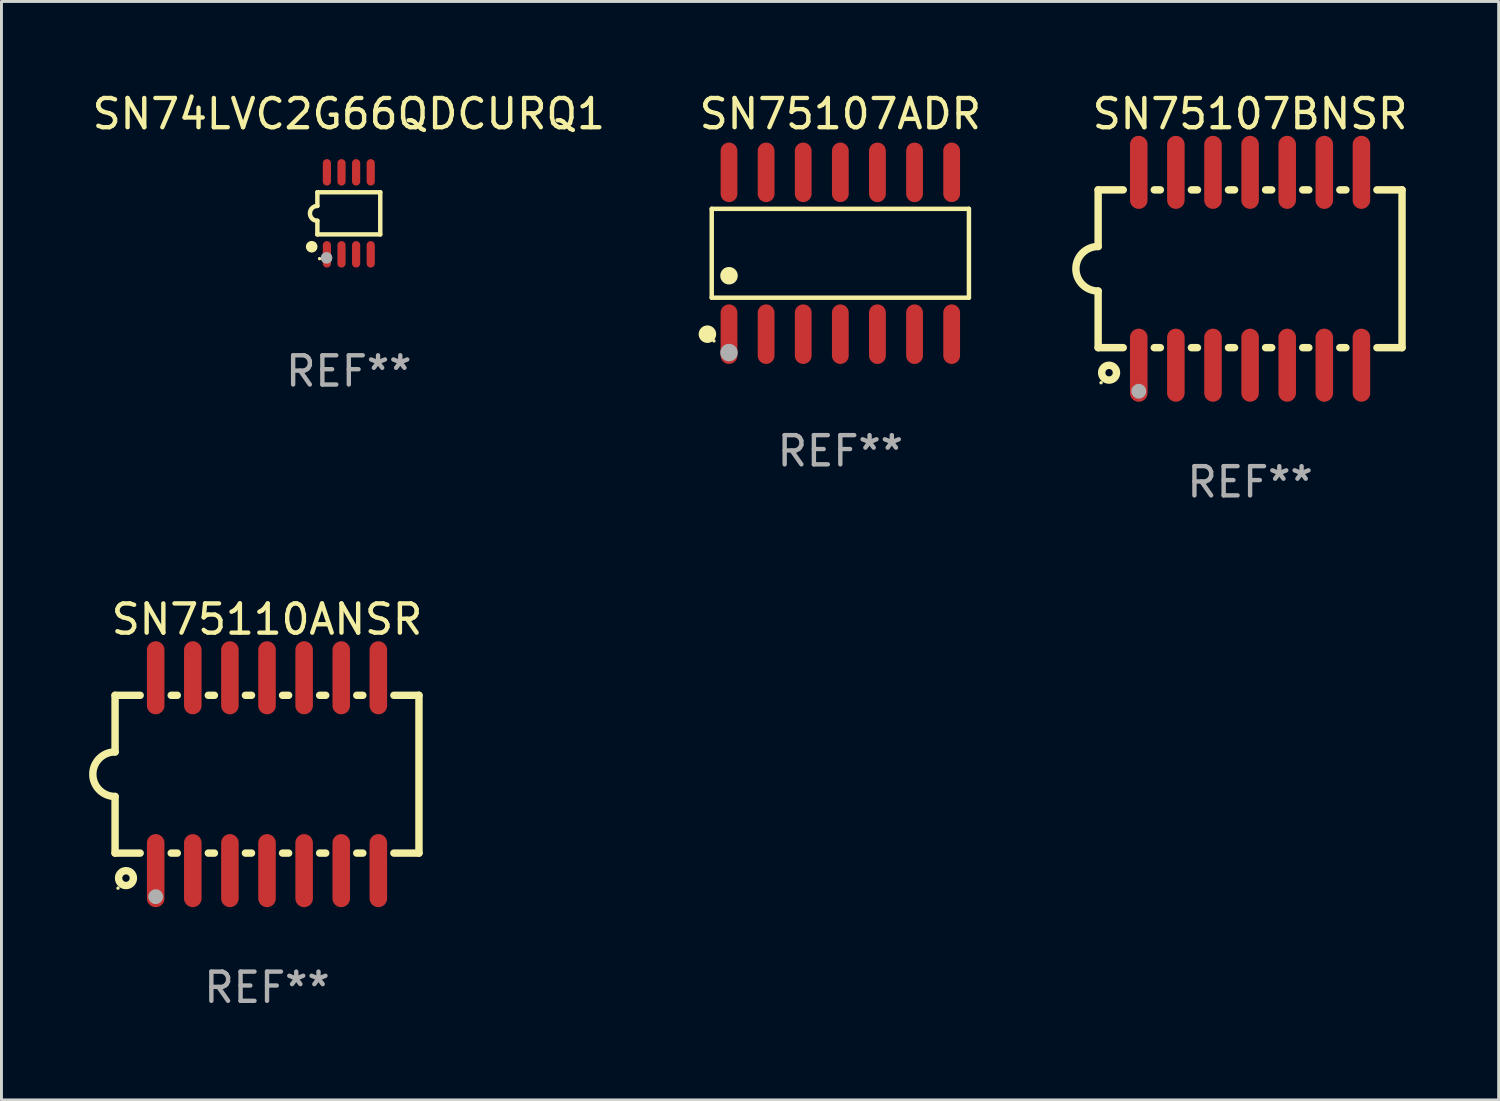
<source format=kicad_pcb>
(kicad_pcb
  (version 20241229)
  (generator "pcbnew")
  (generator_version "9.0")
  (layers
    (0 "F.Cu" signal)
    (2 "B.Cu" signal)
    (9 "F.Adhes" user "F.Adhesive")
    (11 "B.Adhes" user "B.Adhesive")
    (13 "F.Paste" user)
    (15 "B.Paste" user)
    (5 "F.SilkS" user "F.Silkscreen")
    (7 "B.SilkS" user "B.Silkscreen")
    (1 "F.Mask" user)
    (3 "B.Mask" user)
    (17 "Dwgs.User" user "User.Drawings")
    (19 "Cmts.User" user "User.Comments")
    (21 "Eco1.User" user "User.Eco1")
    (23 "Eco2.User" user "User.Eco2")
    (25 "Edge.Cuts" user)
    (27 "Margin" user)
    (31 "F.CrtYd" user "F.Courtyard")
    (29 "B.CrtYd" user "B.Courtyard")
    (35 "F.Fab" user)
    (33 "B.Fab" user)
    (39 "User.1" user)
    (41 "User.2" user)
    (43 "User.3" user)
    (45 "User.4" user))
  (footprint "SN75110ANSR"
    (layer "F.Cu")
    (at 6.088 23.445)
    (property "Reference" "SN75110ANSR" (at 0 -5.3 0) (layer "F.SilkS") (effects (font (size 1 1) (thickness 0.15))))
    (attr through_hole)
    (fp_line (start -5.2 -2.7) (end -5.2 -0.762) (stroke (width 0.254) (type solid)) (layer "F.SilkS"))
    (fp_line (start -5.2 -2.7) (end -4.341 -2.7) (stroke (width 0.254) (type solid)) (layer "F.SilkS"))
    (fp_line (start -5.2 2.7) (end -5.2 0.762) (stroke (width 0.254) (type solid)) (layer "F.SilkS"))
    (fp_line (start -4.341 2.7) (end -5.2 2.7) (stroke (width 0.254) (type solid)) (layer "F.SilkS"))
    (fp_line (start -3.279 -2.7) (end -3.071 -2.7) (stroke (width 0.254) (type solid)) (layer "F.SilkS"))
    (fp_line (start -3.071 2.7) (end -3.279 2.7) (stroke (width 0.254) (type solid)) (layer "F.SilkS"))
    (fp_line (start -2.009 -2.7) (end -1.801 -2.7) (stroke (width 0.254) (type solid)) (layer "F.SilkS"))
    (fp_line (start -1.801 2.7) (end -2.009 2.7) (stroke (width 0.254) (type solid)) (layer "F.SilkS"))
    (fp_line (start -0.739 -2.7) (end -0.531 -2.7) (stroke (width 0.254) (type solid)) (layer "F.SilkS"))
    (fp_line (start -0.531 2.7) (end -0.739 2.7) (stroke (width 0.254) (type solid)) (layer "F.SilkS"))
    (fp_line (start 0.531 -2.7) (end 0.739 -2.7) (stroke (width 0.254) (type solid)) (layer "F.SilkS"))
    (fp_line (start 0.739 2.7) (end 0.531 2.7) (stroke (width 0.254) (type solid)) (layer "F.SilkS"))
    (fp_line (start 1.801 -2.7) (end 2.009 -2.7) (stroke (width 0.254) (type solid)) (layer "F.SilkS"))
    (fp_line (start 2.009 2.7) (end 1.801 2.7) (stroke (width 0.254) (type solid)) (layer "F.SilkS"))
    (fp_line (start 3.071 -2.7) (end 3.279 -2.7) (stroke (width 0.254) (type solid)) (layer "F.SilkS"))
    (fp_line (start 3.279 2.7) (end 3.071 2.7) (stroke (width 0.254) (type solid)) (layer "F.SilkS"))
    (fp_line (start 4.341 -2.7) (end 5.2 -2.7) (stroke (width 0.254) (type solid)) (layer "F.SilkS"))
    (fp_line (start 5.2 2.7) (end 4.341 2.7) (stroke (width 0.254) (type solid)) (layer "F.SilkS"))
    (fp_line (start 5.2 2.7) (end 5.2 -2.7) (stroke (width 0.254) (type solid)) (layer "F.SilkS"))
    (fp_arc (start -5.2 0.762002) (mid -5.961393 -0.000305) (end -5.199391 -0.762002) (stroke (width 0.254001) (type solid)) (layer "F.SilkS"))
    (fp_circle (center -5.1 3.9) (end -5.07 3.9) (stroke (width 0.06) (type solid)) (fill no) (layer "F.SilkS"))
    (fp_circle (center -4.826 3.556) (end -4.572 3.556) (stroke (width 0.254) (type solid)) (fill no) (layer "F.SilkS"))
    (fp_circle (center -3.81 4.191) (end -3.683 4.191) (stroke (width 0.254) (type solid)) (fill no) (layer "F.Fab"))
    (fp_text user "REF**" (at 0 7.3 0) (layer "F.Fab") (effects (font (size 1 1) (thickness 0.15))))
    (pad "1" smd oval (at -3.81 3.3) (size 0.6 2.5) (layers "F.Cu" "F.Mask" "F.Paste"))
    (pad "2" smd oval (at -2.54 3.3) (size 0.6 2.5) (layers "F.Cu" "F.Mask" "F.Paste"))
    (pad "3" smd oval (at -1.27 3.3) (size 0.6 2.5) (layers "F.Cu" "F.Mask" "F.Paste"))
    (pad "4" smd oval (at 0 3.3) (size 0.6 2.5) (layers "F.Cu" "F.Mask" "F.Paste"))
    (pad "5" smd oval (at 1.27 3.3) (size 0.6 2.5) (layers "F.Cu" "F.Mask" "F.Paste"))
    (pad "6" smd oval (at 2.54 3.3) (size 0.6 2.5) (layers "F.Cu" "F.Mask" "F.Paste"))
    (pad "7" smd oval (at 3.81 3.3) (size 0.6 2.5) (layers "F.Cu" "F.Mask" "F.Paste"))
    (pad "8" smd oval (at 3.81 -3.3) (size 0.6 2.5) (layers "F.Cu" "F.Mask" "F.Paste"))
    (pad "9" smd oval (at 2.54 -3.3) (size 0.6 2.5) (layers "F.Cu" "F.Mask" "F.Paste"))
    (pad "10" smd oval (at 1.27 -3.3) (size 0.6 2.5) (layers "F.Cu" "F.Mask" "F.Paste"))
    (pad "11" smd oval (at 0 -3.3) (size 0.6 2.5) (layers "F.Cu" "F.Mask" "F.Paste"))
    (pad "12" smd oval (at -1.27 -3.3) (size 0.6 2.5) (layers "F.Cu" "F.Mask" "F.Paste"))
    (pad "13" smd oval (at -2.54 -3.3) (size 0.6 2.5) (layers "F.Cu" "F.Mask" "F.Paste"))
    (pad "14" smd oval (at -3.81 -3.3) (size 0.6 2.5) (layers "F.Cu" "F.Mask" "F.Paste")))
  (footprint "SN74LVC2G66QDCURQ1"
    (layer "F.Cu")
    (at 8.887 4.251)
    (property "Reference" "SN74LVC2G66QDCURQ1" (at 0 -3.403 0) (layer "F.SilkS") (effects (font (size 1 1) (thickness 0.15))))
    (attr through_hole)
    (fp_line (start -1.076 -0.721) (end 1.076 -0.721) (stroke (width 0.152) (type solid)) (layer "F.SilkS"))
    (fp_line (start -1.076 -0.254) (end -1.076 -0.721) (stroke (width 0.152) (type solid)) (layer "F.SilkS"))
    (fp_line (start -1.076 0.254) (end -1.076 0.721) (stroke (width 0.152) (type solid)) (layer "F.SilkS"))
    (fp_line (start 1.076 -0.721) (end 1.076 0.721) (stroke (width 0.152) (type solid)) (layer "F.SilkS"))
    (fp_line (start 1.076 0.721) (end -1.076 0.721) (stroke (width 0.152) (type solid)) (layer "F.SilkS"))
    (fp_arc (start -1.076226 0.254051) (mid -1.330226 0.000051) (end -1.076226 -0.253949) (stroke (width 0.151994) (type solid)) (layer "F.SilkS"))
    (fp_circle (center -1.27 1.143) (end -1.17 1.143) (stroke (width 0.2) (type solid)) (fill no) (layer "F.SilkS"))
    (fp_circle (center -1 1.55) (end -0.97 1.55) (stroke (width 0.06) (type solid)) (fill no) (layer "F.SilkS"))
    (fp_circle (center -0.762 1.524) (end -0.662 1.524) (stroke (width 0.2) (type solid)) (fill no) (layer "F.Fab"))
    (fp_text user "REF**" (at 0 5.403 0) (layer "F.Fab") (effects (font (size 1 1) (thickness 0.15))))
    (pad "1" smd oval (at -0.75 1.403) (size 0.28 0.905) (layers "F.Cu" "F.Mask" "F.Paste"))
    (pad "2" smd oval (at -0.25 1.403) (size 0.28 0.905) (layers "F.Cu" "F.Mask" "F.Paste"))
    (pad "3" smd oval (at 0.25 1.403) (size 0.28 0.905) (layers "F.Cu" "F.Mask" "F.Paste"))
    (pad "4" smd oval (at 0.75 1.403) (size 0.28 0.905) (layers "F.Cu" "F.Mask" "F.Paste"))
    (pad "5" smd oval (at 0.75 -1.403) (size 0.28 0.905) (layers "F.Cu" "F.Mask" "F.Paste"))
    (pad "6" smd oval (at 0.25 -1.403) (size 0.28 0.905) (layers "F.Cu" "F.Mask" "F.Paste"))
    (pad "7" smd oval (at -0.25 -1.403) (size 0.28 0.905) (layers "F.Cu" "F.Mask" "F.Paste"))
    (pad "8" smd oval (at -0.75 -1.403) (size 0.28 0.905) (layers "F.Cu" "F.Mask" "F.Paste")))
  (footprint "SN75107ADR"
    (layer "F.Cu")
    (at 25.708 5.617)
    (property "Reference" "SN75107ADR" (at 0 -4.769 0) (layer "F.SilkS") (effects (font (size 1 1) (thickness 0.15))))
    (attr through_hole)
    (fp_line (start -4.401 -1.521) (end 4.401 -1.521) (stroke (width 0.152) (type solid)) (layer "F.SilkS"))
    (fp_line (start -4.401 1.521) (end -4.401 -1.521) (stroke (width 0.152) (type solid)) (layer "F.SilkS"))
    (fp_line (start 4.401 -1.521) (end 4.401 1.521) (stroke (width 0.152) (type solid)) (layer "F.SilkS"))
    (fp_line (start 4.401 1.521) (end -4.401 1.521) (stroke (width 0.152) (type solid)) (layer "F.SilkS"))
    (fp_circle (center -4.549 2.769) (end -4.399 2.769) (stroke (width 0.3) (type solid)) (fill no) (layer "F.SilkS"))
    (fp_circle (center -4.325 3) (end -4.295 3) (stroke (width 0.06) (type solid)) (fill no) (layer "F.SilkS"))
    (fp_circle (center -3.81 0.769) (end -3.66 0.769) (stroke (width 0.3) (type solid)) (fill no) (layer "F.SilkS"))
    (fp_circle (center -3.81 3.4) (end -3.66 3.4) (stroke (width 0.3) (type solid)) (fill no) (layer "F.Fab"))
    (fp_text user "REF**" (at 0 6.769 0) (layer "F.Fab") (effects (font (size 1 1) (thickness 0.15))))
    (pad "1" smd oval (at -3.81 2.769) (size 0.574 2.038) (layers "F.Cu" "F.Mask" "F.Paste"))
    (pad "2" smd oval (at -2.54 2.769) (size 0.574 2.038) (layers "F.Cu" "F.Mask" "F.Paste"))
    (pad "3" smd oval (at -1.27 2.769) (size 0.574 2.038) (layers "F.Cu" "F.Mask" "F.Paste"))
    (pad "4" smd oval (at 0 2.769) (size 0.574 2.038) (layers "F.Cu" "F.Mask" "F.Paste"))
    (pad "5" smd oval (at 1.27 2.769) (size 0.574 2.038) (layers "F.Cu" "F.Mask" "F.Paste"))
    (pad "6" smd oval (at 2.54 2.769) (size 0.574 2.038) (layers "F.Cu" "F.Mask" "F.Paste"))
    (pad "7" smd oval (at 3.81 2.769) (size 0.574 2.038) (layers "F.Cu" "F.Mask" "F.Paste"))
    (pad "8" smd oval (at 3.81 -2.769) (size 0.574 2.038) (layers "F.Cu" "F.Mask" "F.Paste"))
    (pad "9" smd oval (at 2.54 -2.769) (size 0.574 2.038) (layers "F.Cu" "F.Mask" "F.Paste"))
    (pad "10" smd oval (at 1.27 -2.769) (size 0.574 2.038) (layers "F.Cu" "F.Mask" "F.Paste"))
    (pad "11" smd oval (at 0 -2.769) (size 0.574 2.038) (layers "F.Cu" "F.Mask" "F.Paste"))
    (pad "12" smd oval (at -1.27 -2.769) (size 0.574 2.038) (layers "F.Cu" "F.Mask" "F.Paste"))
    (pad "13" smd oval (at -2.54 -2.769) (size 0.574 2.038) (layers "F.Cu" "F.Mask" "F.Paste"))
    (pad "14" smd oval (at -3.81 -2.769) (size 0.574 2.038) (layers "F.Cu" "F.Mask" "F.Paste")))
  (footprint "SN75107BNSR"
    (layer "F.Cu")
    (at 39.731 6.148)
    (property "Reference" "SN75107BNSR" (at 0 -5.3 0) (layer "F.SilkS") (effects (font (size 1 1) (thickness 0.15))))
    (attr through_hole)
    (fp_line (start -5.2 -2.7) (end -5.2 -0.762) (stroke (width 0.254) (type solid)) (layer "F.SilkS"))
    (fp_line (start -5.2 -2.7) (end -4.341 -2.7) (stroke (width 0.254) (type solid)) (layer "F.SilkS"))
    (fp_line (start -5.2 2.7) (end -5.2 0.762) (stroke (width 0.254) (type solid)) (layer "F.SilkS"))
    (fp_line (start -4.341 2.7) (end -5.2 2.7) (stroke (width 0.254) (type solid)) (layer "F.SilkS"))
    (fp_line (start -3.279 -2.7) (end -3.071 -2.7) (stroke (width 0.254) (type solid)) (layer "F.SilkS"))
    (fp_line (start -3.071 2.7) (end -3.279 2.7) (stroke (width 0.254) (type solid)) (layer "F.SilkS"))
    (fp_line (start -2.009 -2.7) (end -1.801 -2.7) (stroke (width 0.254) (type solid)) (layer "F.SilkS"))
    (fp_line (start -1.801 2.7) (end -2.009 2.7) (stroke (width 0.254) (type solid)) (layer "F.SilkS"))
    (fp_line (start -0.739 -2.7) (end -0.531 -2.7) (stroke (width 0.254) (type solid)) (layer "F.SilkS"))
    (fp_line (start -0.531 2.7) (end -0.739 2.7) (stroke (width 0.254) (type solid)) (layer "F.SilkS"))
    (fp_line (start 0.531 -2.7) (end 0.739 -2.7) (stroke (width 0.254) (type solid)) (layer "F.SilkS"))
    (fp_line (start 0.739 2.7) (end 0.531 2.7) (stroke (width 0.254) (type solid)) (layer "F.SilkS"))
    (fp_line (start 1.801 -2.7) (end 2.009 -2.7) (stroke (width 0.254) (type solid)) (layer "F.SilkS"))
    (fp_line (start 2.009 2.7) (end 1.801 2.7) (stroke (width 0.254) (type solid)) (layer "F.SilkS"))
    (fp_line (start 3.071 -2.7) (end 3.279 -2.7) (stroke (width 0.254) (type solid)) (layer "F.SilkS"))
    (fp_line (start 3.279 2.7) (end 3.071 2.7) (stroke (width 0.254) (type solid)) (layer "F.SilkS"))
    (fp_line (start 4.341 -2.7) (end 5.2 -2.7) (stroke (width 0.254) (type solid)) (layer "F.SilkS"))
    (fp_line (start 5.2 2.7) (end 4.341 2.7) (stroke (width 0.254) (type solid)) (layer "F.SilkS"))
    (fp_line (start 5.2 2.7) (end 5.2 -2.7) (stroke (width 0.254) (type solid)) (layer "F.SilkS"))
    (fp_arc (start -5.2 0.762002) (mid -5.961393 -0.000305) (end -5.199391 -0.762002) (stroke (width 0.254001) (type solid)) (layer "F.SilkS"))
    (fp_circle (center -5.1 3.9) (end -5.07 3.9) (stroke (width 0.06) (type solid)) (fill no) (layer "F.SilkS"))
    (fp_circle (center -4.826 3.556) (end -4.572 3.556) (stroke (width 0.254) (type solid)) (fill no) (layer "F.SilkS"))
    (fp_circle (center -3.81 4.191) (end -3.683 4.191) (stroke (width 0.254) (type solid)) (fill no) (layer "F.Fab"))
    (fp_text user "REF**" (at 0 7.3 0) (layer "F.Fab") (effects (font (size 1 1) (thickness 0.15))))
    (pad "1" smd oval (at -3.81 3.3) (size 0.6 2.5) (layers "F.Cu" "F.Mask" "F.Paste"))
    (pad "2" smd oval (at -2.54 3.3) (size 0.6 2.5) (layers "F.Cu" "F.Mask" "F.Paste"))
    (pad "3" smd oval (at -1.27 3.3) (size 0.6 2.5) (layers "F.Cu" "F.Mask" "F.Paste"))
    (pad "4" smd oval (at 0 3.3) (size 0.6 2.5) (layers "F.Cu" "F.Mask" "F.Paste"))
    (pad "5" smd oval (at 1.27 3.3) (size 0.6 2.5) (layers "F.Cu" "F.Mask" "F.Paste"))
    (pad "6" smd oval (at 2.54 3.3) (size 0.6 2.5) (layers "F.Cu" "F.Mask" "F.Paste"))
    (pad "7" smd oval (at 3.81 3.3) (size 0.6 2.5) (layers "F.Cu" "F.Mask" "F.Paste"))
    (pad "8" smd oval (at 3.81 -3.3) (size 0.6 2.5) (layers "F.Cu" "F.Mask" "F.Paste"))
    (pad "9" smd oval (at 2.54 -3.3) (size 0.6 2.5) (layers "F.Cu" "F.Mask" "F.Paste"))
    (pad "10" smd oval (at 1.27 -3.3) (size 0.6 2.5) (layers "F.Cu" "F.Mask" "F.Paste"))
    (pad "11" smd oval (at 0 -3.3) (size 0.6 2.5) (layers "F.Cu" "F.Mask" "F.Paste"))
    (pad "12" smd oval (at -1.27 -3.3) (size 0.6 2.5) (layers "F.Cu" "F.Mask" "F.Paste"))
    (pad "13" smd oval (at -2.54 -3.3) (size 0.6 2.5) (layers "F.Cu" "F.Mask" "F.Paste"))
    (pad "14" smd oval (at -3.81 -3.3) (size 0.6 2.5) (layers "F.Cu" "F.Mask" "F.Paste")))
  (gr_rect
    (start -3 -3)
    (end 48.237 34.593)
    (stroke (width 0.1) (type default))
    (fill no)
    (layer "Edge.Cuts")))
</source>
